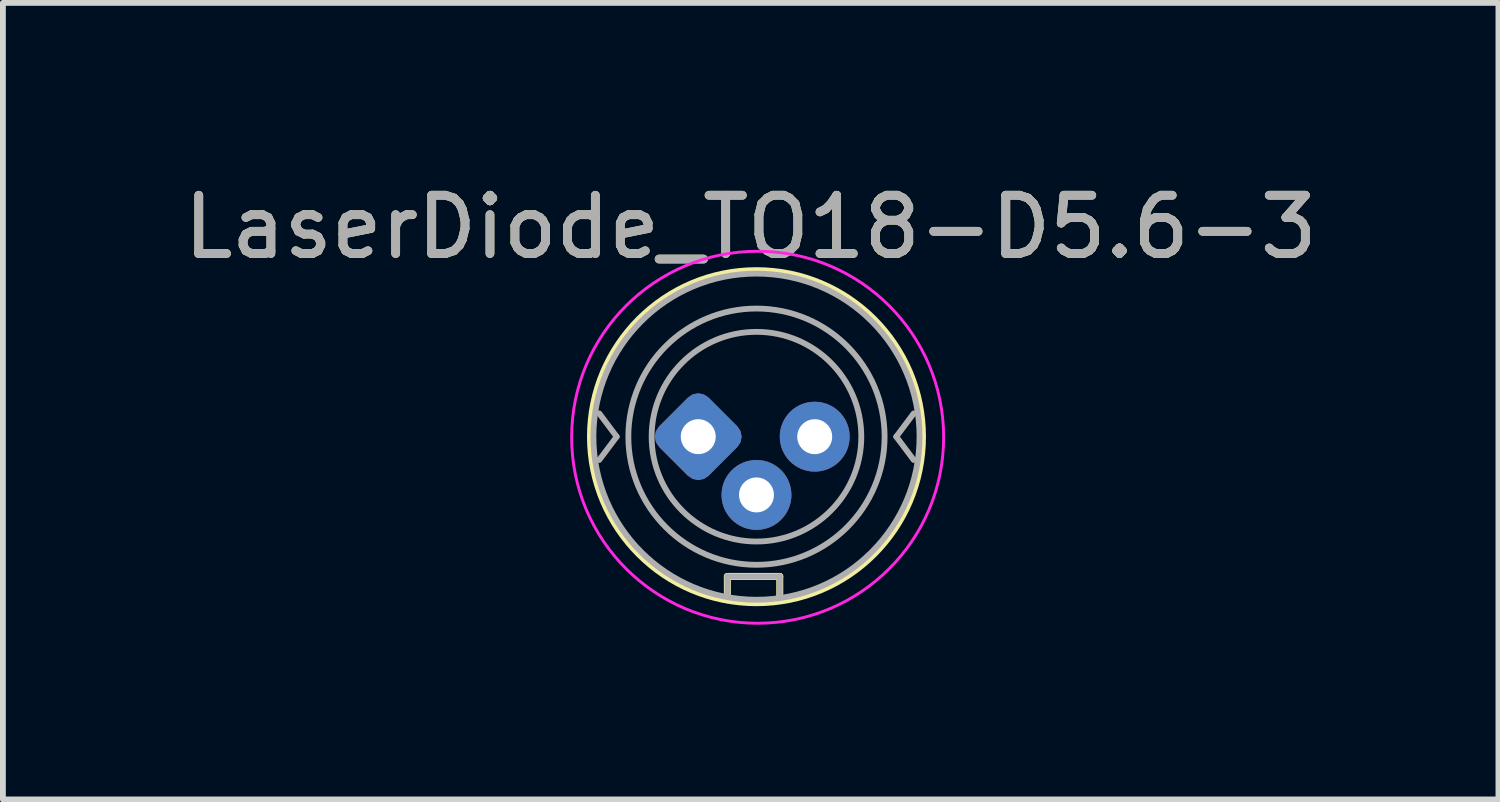
<source format=kicad_pcb>
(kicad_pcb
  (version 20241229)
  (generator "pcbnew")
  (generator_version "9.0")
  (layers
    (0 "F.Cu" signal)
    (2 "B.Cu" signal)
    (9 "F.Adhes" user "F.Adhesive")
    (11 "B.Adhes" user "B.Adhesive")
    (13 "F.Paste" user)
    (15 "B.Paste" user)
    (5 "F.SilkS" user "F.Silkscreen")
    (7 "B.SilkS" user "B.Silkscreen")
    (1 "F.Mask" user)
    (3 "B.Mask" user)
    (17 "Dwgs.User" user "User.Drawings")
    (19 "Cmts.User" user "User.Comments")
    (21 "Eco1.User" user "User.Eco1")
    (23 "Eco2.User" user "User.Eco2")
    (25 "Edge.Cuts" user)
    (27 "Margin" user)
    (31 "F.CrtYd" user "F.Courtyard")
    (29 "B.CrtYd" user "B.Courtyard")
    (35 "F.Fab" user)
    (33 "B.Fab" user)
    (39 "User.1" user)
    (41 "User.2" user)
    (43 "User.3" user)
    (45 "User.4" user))
  (footprint "LaserDiode_TO18-D5.6-3"
    (layer "F.Cu")
    (at 8.939 4.448)
    (property "Reference" "LaserDiode_TO18-D5.6-3" (at 0.9 -3.6 0) (layer "F.SilkS") (effects (font (size 1 1) (thickness 0.15))))
    (attr through_hole)
    (fp_line (start 0.5 2.4) (end 1.4 2.4) (stroke (width 0.12) (type solid)) (layer "F.SilkS"))
    (fp_line (start 0.5 2.8) (end 0.5 2.4) (stroke (width 0.12) (type solid)) (layer "F.SilkS"))
    (fp_line (start 1.4 2.4) (end 1.4 2.8) (stroke (width 0.12) (type solid)) (layer "F.SilkS"))
    (fp_circle (center 1 0) (end -1.85 0) (stroke (width 0.12) (type solid)) (fill no) (layer "F.SilkS"))
    (fp_circle (center 1.02 0.01) (end 3.85 1.49) (stroke (width 0.05) (type solid)) (fill no) (layer "F.CrtYd"))
    (fp_line (start -1.4 0) (end -1.7 -0.4) (stroke (width 0.1) (type solid)) (layer "F.Fab"))
    (fp_line (start -1.4 0) (end -1.7 0.4) (stroke (width 0.1) (type solid)) (layer "F.Fab"))
    (fp_line (start 0.5 2.4) (end 1.4 2.4) (stroke (width 0.1) (type solid)) (layer "F.Fab"))
    (fp_line (start 0.5 2.7) (end 0.5 2.4) (stroke (width 0.1) (type solid)) (layer "F.Fab"))
    (fp_line (start 1.4 2.4) (end 1.4 2.7) (stroke (width 0.1) (type solid)) (layer "F.Fab"))
    (fp_line (start 3.4 0) (end 3.7 0.4) (stroke (width 0.1) (type solid)) (layer "F.Fab"))
    (fp_line (start 3.7 -0.4) (end 3.4 0) (stroke (width 0.1) (type solid)) (layer "F.Fab"))
    (fp_circle (center 1 0) (end -1.8 0) (stroke (width 0.1) (type solid)) (fill no) (layer "F.Fab"))
    (fp_circle (center 1 0) (end 2.8 0) (stroke (width 0.1) (type solid)) (fill no) (layer "F.Fab"))
    (fp_circle (center 1 0) (end 3.2 0) (stroke (width 0.1) (type solid)) (fill no) (layer "F.Fab"))
    (fp_text user "${REFERENCE}" (at 0.9 -3.6 0) (layer "F.Fab") (effects (font (size 1 1) (thickness 0.15))))
    (pad "1" thru_hole roundrect (at 0 0 45) (size 1.2 1.2) (drill 0.6) (layers "*.Cu" "*.Mask") (roundrect_rratio 0.208))
    (pad "2" thru_hole circle (at 1 1) (size 1.2 1.2) (drill 0.6) (layers "*.Cu" "*.Mask"))
    (pad "3" thru_hole circle (at 2 0) (size 1.2 1.2) (drill 0.6) (layers "*.Cu" "*.Mask")))
  (gr_rect
    (start -3 -3)
    (end 22.679 10.677)
    (stroke (width 0.1) (type default))
    (fill no)
    (layer "Edge.Cuts")))
</source>
